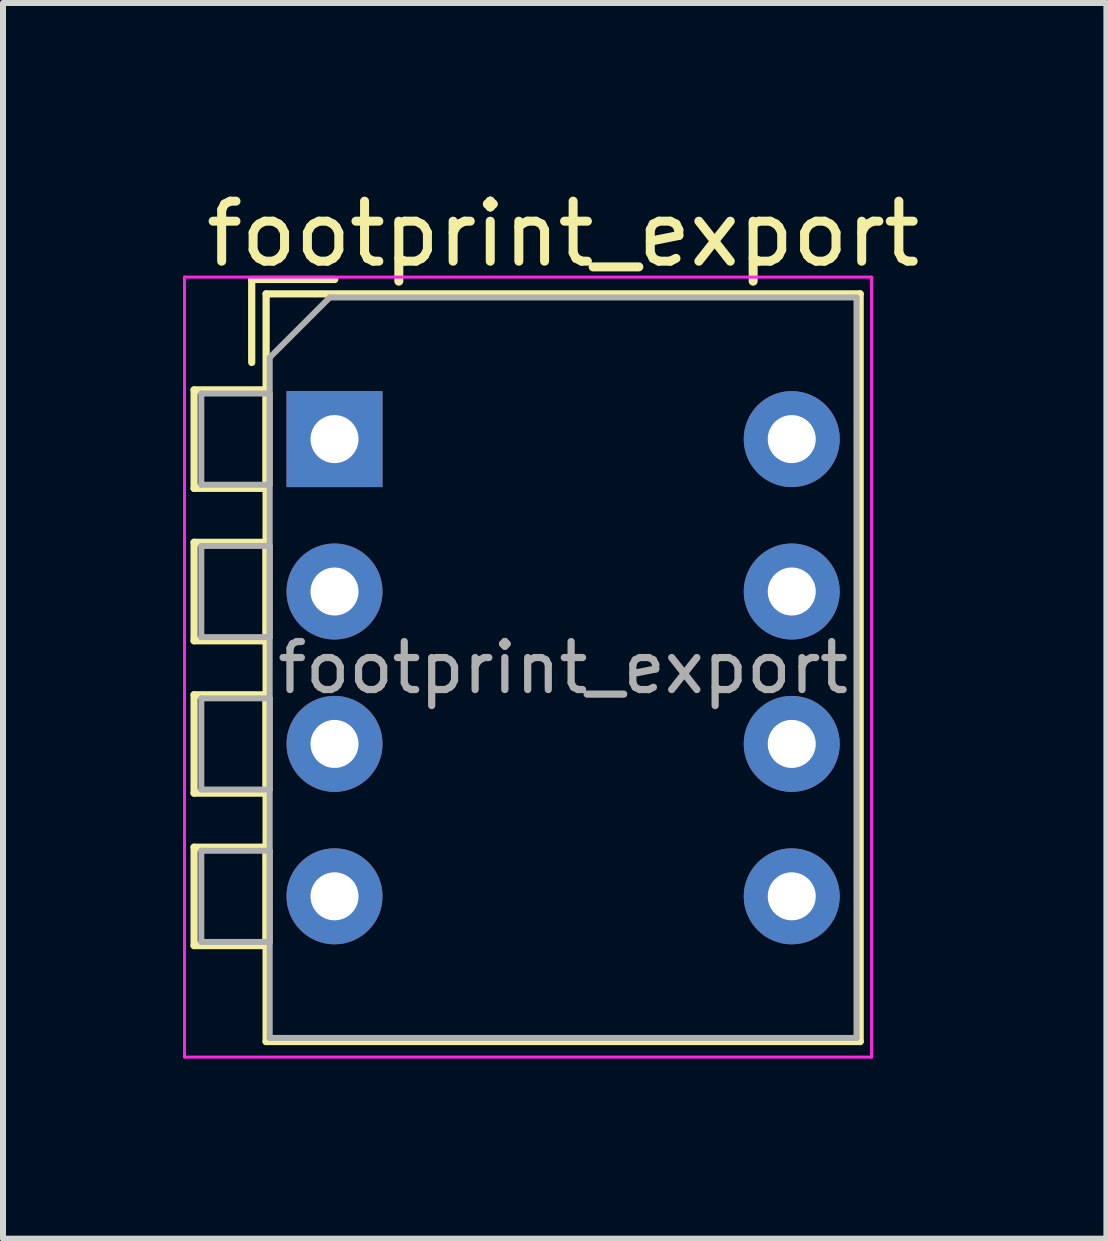
<source format=kicad_pcb>
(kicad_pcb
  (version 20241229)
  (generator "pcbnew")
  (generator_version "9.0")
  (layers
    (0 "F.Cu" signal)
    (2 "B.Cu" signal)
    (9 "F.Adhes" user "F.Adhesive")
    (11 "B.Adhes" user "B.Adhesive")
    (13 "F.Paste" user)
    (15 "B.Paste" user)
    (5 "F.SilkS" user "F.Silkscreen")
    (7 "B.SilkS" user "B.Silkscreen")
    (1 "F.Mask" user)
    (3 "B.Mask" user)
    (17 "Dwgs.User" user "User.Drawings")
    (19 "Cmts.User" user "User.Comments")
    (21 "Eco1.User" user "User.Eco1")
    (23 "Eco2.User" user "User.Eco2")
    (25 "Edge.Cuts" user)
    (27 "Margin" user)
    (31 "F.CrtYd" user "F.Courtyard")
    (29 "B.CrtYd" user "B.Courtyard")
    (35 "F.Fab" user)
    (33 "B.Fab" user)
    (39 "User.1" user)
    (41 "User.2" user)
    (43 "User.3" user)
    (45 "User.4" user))
  (footprint "footprint_export"
    (layer "F.Cu")
    (at 2.525 4.268)
    (property "Reference" "footprint_export" (at 3.81 -3.42 0) (layer "F.SilkS") (effects (font (size 1 1) (thickness 0.15))))
    (attr through_hole)
    (fp_line (start -2.34 -0.82) (end -2.34 0.82) (stroke (width 0.12) (type solid)) (layer "F.SilkS"))
    (fp_line (start -2.34 -0.82) (end -1.14 -0.82) (stroke (width 0.12) (type solid)) (layer "F.SilkS"))
    (fp_line (start -2.34 0.82) (end -1.14 0.82) (stroke (width 0.12) (type solid)) (layer "F.SilkS"))
    (fp_line (start -2.34 1.72) (end -2.34 3.361) (stroke (width 0.12) (type solid)) (layer "F.SilkS"))
    (fp_line (start -2.34 1.72) (end -1.14 1.72) (stroke (width 0.12) (type solid)) (layer "F.SilkS"))
    (fp_line (start -2.34 3.361) (end -1.14 3.361) (stroke (width 0.12) (type solid)) (layer "F.SilkS"))
    (fp_line (start -2.34 4.261) (end -2.34 5.9) (stroke (width 0.12) (type solid)) (layer "F.SilkS"))
    (fp_line (start -2.34 4.261) (end -1.14 4.261) (stroke (width 0.12) (type solid)) (layer "F.SilkS"))
    (fp_line (start -2.34 5.9) (end -1.14 5.9) (stroke (width 0.12) (type solid)) (layer "F.SilkS"))
    (fp_line (start -2.34 6.801) (end -2.34 8.441) (stroke (width 0.12) (type solid)) (layer "F.SilkS"))
    (fp_line (start -2.34 6.801) (end -1.14 6.801) (stroke (width 0.12) (type solid)) (layer "F.SilkS"))
    (fp_line (start -2.34 8.441) (end -1.14 8.441) (stroke (width 0.12) (type solid)) (layer "F.SilkS"))
    (fp_line (start -1.38 -2.66) (end -1.38 -1.277) (stroke (width 0.12) (type solid)) (layer "F.SilkS"))
    (fp_line (start -1.38 -2.66) (end 0.004 -2.66) (stroke (width 0.12) (type solid)) (layer "F.SilkS"))
    (fp_line (start -1.14 -2.42) (end -1.14 10.04) (stroke (width 0.12) (type solid)) (layer "F.SilkS"))
    (fp_line (start -1.14 -2.42) (end 8.76 -2.42) (stroke (width 0.12) (type solid)) (layer "F.SilkS"))
    (fp_line (start -1.14 -0.82) (end -1.14 0.82) (stroke (width 0.12) (type solid)) (layer "F.SilkS"))
    (fp_line (start -1.14 1.72) (end -1.14 3.361) (stroke (width 0.12) (type solid)) (layer "F.SilkS"))
    (fp_line (start -1.14 4.261) (end -1.14 5.9) (stroke (width 0.12) (type solid)) (layer "F.SilkS"))
    (fp_line (start -1.14 6.801) (end -1.14 8.441) (stroke (width 0.12) (type solid)) (layer "F.SilkS"))
    (fp_line (start -1.14 10.04) (end 8.76 10.04) (stroke (width 0.12) (type solid)) (layer "F.SilkS"))
    (fp_line (start 8.76 -2.42) (end 8.76 10.04) (stroke (width 0.12) (type solid)) (layer "F.SilkS"))
    (fp_line (start -2.5 -2.7) (end -2.5 10.3) (stroke (width 0.05) (type solid)) (layer "F.CrtYd"))
    (fp_line (start -2.5 10.3) (end 8.95 10.3) (stroke (width 0.05) (type solid)) (layer "F.CrtYd"))
    (fp_line (start 8.95 -2.7) (end -2.5 -2.7) (stroke (width 0.05) (type solid)) (layer "F.CrtYd"))
    (fp_line (start 8.95 10.3) (end 8.95 -2.7) (stroke (width 0.05) (type solid)) (layer "F.CrtYd"))
    (fp_line (start -2.22 -0.76) (end -1.08 -0.76) (stroke (width 0.1) (type solid)) (layer "F.Fab"))
    (fp_line (start -2.22 0.76) (end -2.22 -0.76) (stroke (width 0.1) (type solid)) (layer "F.Fab"))
    (fp_line (start -2.22 1.78) (end -1.08 1.78) (stroke (width 0.1) (type solid)) (layer "F.Fab"))
    (fp_line (start -2.22 3.3) (end -2.22 1.78) (stroke (width 0.1) (type solid)) (layer "F.Fab"))
    (fp_line (start -2.22 4.32) (end -1.08 4.32) (stroke (width 0.1) (type solid)) (layer "F.Fab"))
    (fp_line (start -2.22 5.84) (end -2.22 4.32) (stroke (width 0.1) (type solid)) (layer "F.Fab"))
    (fp_line (start -2.22 6.86) (end -1.08 6.86) (stroke (width 0.1) (type solid)) (layer "F.Fab"))
    (fp_line (start -2.22 8.38) (end -2.22 6.86) (stroke (width 0.1) (type solid)) (layer "F.Fab"))
    (fp_line (start -1.08 -1.36) (end -0.08 -2.36) (stroke (width 0.1) (type solid)) (layer "F.Fab"))
    (fp_line (start -1.08 -0.76) (end -1.08 0.76) (stroke (width 0.1) (type solid)) (layer "F.Fab"))
    (fp_line (start -1.08 0.76) (end -2.22 0.76) (stroke (width 0.1) (type solid)) (layer "F.Fab"))
    (fp_line (start -1.08 1.78) (end -1.08 3.3) (stroke (width 0.1) (type solid)) (layer "F.Fab"))
    (fp_line (start -1.08 3.3) (end -2.22 3.3) (stroke (width 0.1) (type solid)) (layer "F.Fab"))
    (fp_line (start -1.08 4.32) (end -1.08 5.84) (stroke (width 0.1) (type solid)) (layer "F.Fab"))
    (fp_line (start -1.08 5.84) (end -2.22 5.84) (stroke (width 0.1) (type solid)) (layer "F.Fab"))
    (fp_line (start -1.08 6.86) (end -1.08 8.38) (stroke (width 0.1) (type solid)) (layer "F.Fab"))
    (fp_line (start -1.08 8.38) (end -2.22 8.38) (stroke (width 0.1) (type solid)) (layer "F.Fab"))
    (fp_line (start -1.08 9.98) (end -1.08 -1.36) (stroke (width 0.1) (type solid)) (layer "F.Fab"))
    (fp_line (start -0.08 -2.36) (end 8.7 -2.36) (stroke (width 0.1) (type solid)) (layer "F.Fab"))
    (fp_line (start 8.7 -2.36) (end 8.7 9.98) (stroke (width 0.1) (type solid)) (layer "F.Fab"))
    (fp_line (start 8.7 9.98) (end -1.08 9.98) (stroke (width 0.1) (type solid)) (layer "F.Fab"))
    (fp_text user "${REFERENCE}" (at 3.81 3.81 0) (layer "F.Fab") (effects (font (size 0.8 0.8) (thickness 0.12))))
    (pad "1" thru_hole rect (at 0 0) (size 1.6 1.6) (drill 0.8) (layers "*.Cu" "*.Mask"))
    (pad "2" thru_hole oval (at 0 2.54) (size 1.6 1.6) (drill 0.8) (layers "*.Cu" "*.Mask"))
    (pad "3" thru_hole oval (at 0 5.08) (size 1.6 1.6) (drill 0.8) (layers "*.Cu" "*.Mask"))
    (pad "4" thru_hole oval (at 0 7.62) (size 1.6 1.6) (drill 0.8) (layers "*.Cu" "*.Mask"))
    (pad "5" thru_hole oval (at 7.62 7.62) (size 1.6 1.6) (drill 0.8) (layers "*.Cu" "*.Mask"))
    (pad "6" thru_hole oval (at 7.62 5.08) (size 1.6 1.6) (drill 0.8) (layers "*.Cu" "*.Mask"))
    (pad "7" thru_hole oval (at 7.62 2.54) (size 1.6 1.6) (drill 0.8) (layers "*.Cu" "*.Mask"))
    (pad "8" thru_hole oval (at 7.62 0) (size 1.6 1.6) (drill 0.8) (layers "*.Cu" "*.Mask")))
  (gr_rect
    (start -3 -3)
    (end 15.389 17.593)
    (stroke (width 0.1) (type default))
    (fill no)
    (layer "Edge.Cuts")))
</source>
